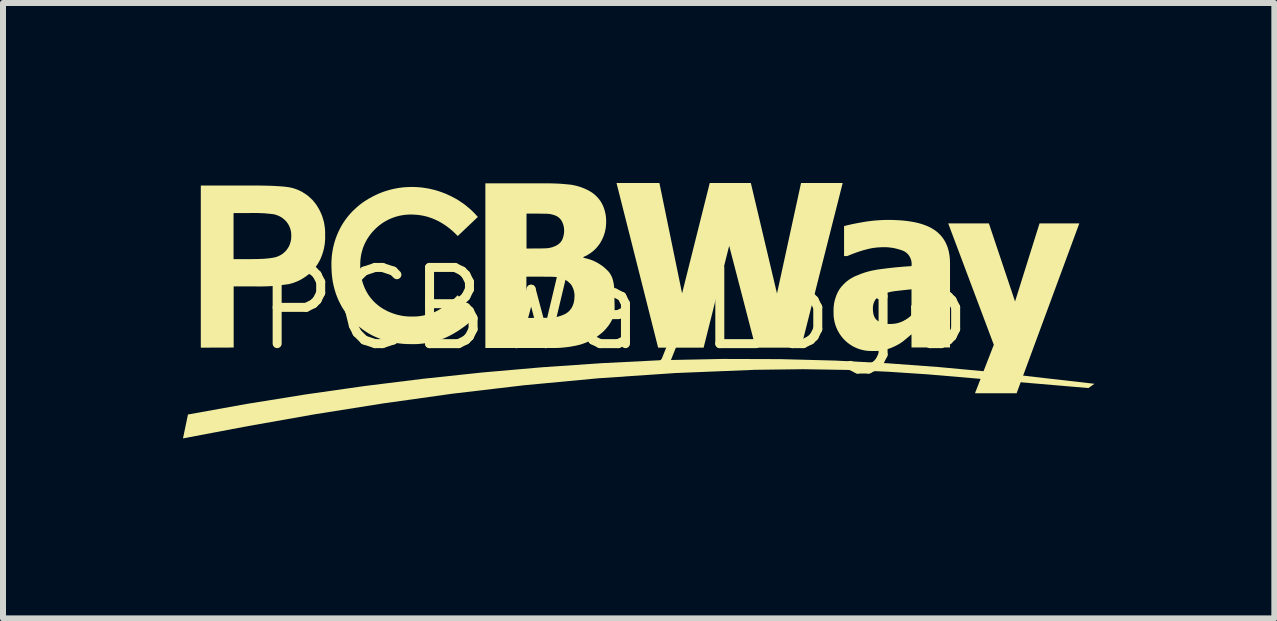
<source format=kicad_pcb>
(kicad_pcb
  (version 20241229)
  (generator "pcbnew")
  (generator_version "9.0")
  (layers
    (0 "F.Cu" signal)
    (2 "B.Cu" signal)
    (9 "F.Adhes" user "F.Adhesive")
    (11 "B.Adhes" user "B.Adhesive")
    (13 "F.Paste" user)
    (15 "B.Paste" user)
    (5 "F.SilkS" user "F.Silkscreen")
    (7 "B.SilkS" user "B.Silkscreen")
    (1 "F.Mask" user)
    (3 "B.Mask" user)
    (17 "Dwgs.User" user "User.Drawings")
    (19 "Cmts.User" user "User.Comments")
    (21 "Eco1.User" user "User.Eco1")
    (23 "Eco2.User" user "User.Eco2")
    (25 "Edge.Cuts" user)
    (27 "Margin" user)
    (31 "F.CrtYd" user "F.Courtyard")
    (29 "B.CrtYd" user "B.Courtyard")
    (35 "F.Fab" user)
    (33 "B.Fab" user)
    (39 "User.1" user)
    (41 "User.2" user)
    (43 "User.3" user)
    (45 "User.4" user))
  (footprint "PCBWayLogo"
    (layer "F.Cu")
    (at 7.194 2.098)
    (property "Reference" "PCBWayLogo" (at 0 0 0) (layer "F.SilkS") (effects (font (size 1.27 1.27) (thickness 0.15))))
    (attr through_hole)
    (fp_poly (pts (xy 6.701 1.407) (xy 6.007 1.407) (xy 6.321 0.599) (xy 5.561 -1.424) (xy 6.239 -1.424) (xy 6.675 -0.123) (xy 7.083 -1.424) (xy 7.746 -1.424)) (stroke (width -0.000001) (type solid)) (fill yes) (layer "F.SilkS"))
    (fp_poly (pts (xy 1.125 -0.258) (xy 1.586 -2.098) (xy 2.271 -2.098) (xy 2.707 -0.256) (xy 3.108 -2.098) (xy 3.802 -2.098) (xy 3.108 0.647) (xy 2.351 0.647) (xy 1.91 -1.051) (xy 1.484 0.647) (xy 0.726 0.647) (xy 0.032 -2.098) (xy 0.747 -2.098)) (stroke (width -0.000001) (type solid)) (fill yes) (layer "F.SilkS"))
    (fp_poly (pts (xy 2.763 0.838) (xy 3.674 0.862) (xy 4.548 0.907) (xy 5.402 0.97) (xy 6.252 1.049) (xy 7.998 1.249) (xy 7.898 1.32) (xy 5.209 1.091) (xy 4.559 1.048) (xy 3.878 1.018) (xy 3.146 1.006) (xy 2.344 1.016) (xy 1.013 1.07) (xy -0.268 1.157) (xy -1.504 1.273) (xy -2.701 1.414) (xy -3.863 1.577) (xy -4.995 1.757) (xy -6.104 1.953) (xy -7.194 2.159) (xy -7.111 1.761) (xy -6.134 1.585) (xy -5.154 1.427) (xy -4.172 1.287) (xy -3.187 1.165) (xy -2.2 1.06) (xy -1.212 0.974) (xy -0.222 0.906) (xy 0.77 0.856) (xy 0.77 0.856) (xy 0.77 0.856) (xy 0.77 0.856) (xy 0.77 0.856) (xy 0.77 0.856) (xy 0.77 0.856) (xy 1.8 0.835)) (stroke (width -0.000001) (type solid)) (fill yes) (layer "F.SilkS"))
    (fp_poly (pts (xy -5.903 -2.055) (xy -5.794 -2.053) (xy -5.697 -2.05) (xy -5.61 -2.045) (xy -5.535 -2.04) (xy -5.47 -2.033) (xy -5.416 -2.025) (xy -5.373 -2.015) (xy -5.344 -2.007) (xy -5.315 -1.997) (xy -5.287 -1.987) (xy -5.26 -1.975) (xy -5.233 -1.962) (xy -5.206 -1.948) (xy -5.181 -1.932) (xy -5.155 -1.916) (xy -5.131 -1.899) (xy -5.108 -1.881) (xy -5.085 -1.861) (xy -5.063 -1.841) (xy -5.041 -1.82) (xy -5.021 -1.798) (xy -5.002 -1.775) (xy -4.983 -1.751) (xy -4.963 -1.722) (xy -4.944 -1.692) (xy -4.927 -1.662) (xy -4.911 -1.631) (xy -4.896 -1.599) (xy -4.882 -1.567) (xy -4.87 -1.534) (xy -4.86 -1.501) (xy -4.85 -1.467) (xy -4.842 -1.434) (xy -4.836 -1.399) (xy -4.831 -1.365) (xy -4.827 -1.33) (xy -4.825 -1.295) (xy -4.824 -1.26) (xy -4.825 -1.225) (xy -4.824 -1.197) (xy -4.824 -1.17) (xy -4.826 -1.143) (xy -4.828 -1.116) (xy -4.83 -1.09) (xy -4.834 -1.063) (xy -4.839 -1.036) (xy -4.844 -1.01) (xy -4.85 -0.983) (xy -4.857 -0.957) (xy -4.865 -0.932) (xy -4.873 -0.906) (xy -4.882 -0.881) (xy -4.893 -0.855) (xy -4.903 -0.831) (xy -4.915 -0.806) (xy -4.926 -0.786) (xy -4.937 -0.767) (xy -4.948 -0.748) (xy -4.96 -0.73) (xy -4.973 -0.712) (xy -4.986 -0.694) (xy -5 -0.677) (xy -5.014 -0.66) (xy -5.029 -0.644) (xy -5.044 -0.628) (xy -5.06 -0.612) (xy -5.076 -0.597) (xy -5.092 -0.582) (xy -5.109 -0.568) (xy -5.127 -0.555) (xy -5.145 -0.541) (xy -5.161 -0.53) (xy -5.177 -0.519) (xy -5.193 -0.509) (xy -5.21 -0.499) (xy -5.227 -0.489) (xy -5.244 -0.48) (xy -5.262 -0.471) (xy -5.279 -0.463) (xy -5.297 -0.455) (xy -5.315 -0.448) (xy -5.334 -0.441) (xy -5.352 -0.434) (xy -5.371 -0.428) (xy -5.389 -0.423) (xy -5.408 -0.418) (xy -5.427 -0.413) (xy -5.498 -0.403) (xy -5.568 -0.394) (xy -5.639 -0.386) (xy -5.709 -0.38) (xy -5.78 -0.376) (xy -5.851 -0.374) (xy -5.922 -0.373) (xy -5.993 -0.374) (xy -6.349 -0.374) (xy -6.349 0.645) (xy -6.897 0.647) (xy -6.897 -1.596) (xy -6.351 -1.596) (xy -6.351 -0.829) (xy -6.053 -0.829) (xy -5.976 -0.83) (xy -5.905 -0.832) (xy -5.841 -0.835) (xy -5.784 -0.84) (xy -5.733 -0.846) (xy -5.689 -0.853) (xy -5.652 -0.861) (xy -5.636 -0.866) (xy -5.621 -0.871) (xy -5.609 -0.876) (xy -5.596 -0.882) (xy -5.584 -0.888) (xy -5.571 -0.894) (xy -5.56 -0.901) (xy -5.548 -0.908) (xy -5.537 -0.916) (xy -5.526 -0.924) (xy -5.515 -0.933) (xy -5.505 -0.942) (xy -5.495 -0.951) (xy -5.485 -0.961) (xy -5.476 -0.971) (xy -5.467 -0.982) (xy -5.459 -0.993) (xy -5.451 -1.004) (xy -5.443 -1.016) (xy -5.436 -1.028) (xy -5.429 -1.04) (xy -5.423 -1.053) (xy -5.417 -1.066) (xy -5.412 -1.079) (xy -5.408 -1.092) (xy -5.404 -1.105) (xy -5.4 -1.119) (xy -5.397 -1.132) (xy -5.394 -1.146) (xy -5.392 -1.16) (xy -5.391 -1.174) (xy -5.39 -1.188) (xy -5.389 -1.202) (xy -5.389 -1.216) (xy -5.389 -1.232) (xy -5.39 -1.249) (xy -5.391 -1.266) (xy -5.393 -1.282) (xy -5.396 -1.298) (xy -5.4 -1.314) (xy -5.404 -1.33) (xy -5.409 -1.346) (xy -5.415 -1.361) (xy -5.422 -1.376) (xy -5.429 -1.391) (xy -5.437 -1.406) (xy -5.446 -1.42) (xy -5.455 -1.433) (xy -5.465 -1.447) (xy -5.476 -1.46) (xy -5.487 -1.471) (xy -5.498 -1.482) (xy -5.51 -1.493) (xy -5.523 -1.503) (xy -5.535 -1.513) (xy -5.548 -1.522) (xy -5.562 -1.53) (xy -5.575 -1.538) (xy -5.589 -1.545) (xy -5.604 -1.552) (xy -5.618 -1.558) (xy -5.633 -1.563) (xy -5.648 -1.568) (xy -5.664 -1.573) (xy -5.679 -1.576) (xy -5.695 -1.579) (xy -5.744 -1.584) (xy -5.793 -1.589) (xy -5.842 -1.593) (xy -5.891 -1.595) (xy -5.94 -1.597) (xy -5.989 -1.598) (xy -6.038 -1.598) (xy -6.088 -1.597) (xy -6.351 -1.596) (xy -6.897 -1.596) (xy -6.897 -2.056) (xy -6.022 -2.056)) (stroke (width -0.000001) (type solid)) (fill yes) (layer "F.SilkS"))
    (fp_poly (pts (xy -3.342 -2.031) (xy -3.303 -2.03) (xy -3.264 -2.027) (xy -3.225 -2.024) (xy -3.187 -2.019) (xy -3.149 -2.013) (xy -3.111 -2.007) (xy -3.073 -1.999) (xy -3.035 -1.99) (xy -2.997 -1.981) (xy -2.96 -1.97) (xy -2.923 -1.958) (xy -2.887 -1.946) (xy -2.85 -1.932) (xy -2.814 -1.918) (xy -2.779 -1.902) (xy -2.743 -1.886) (xy -2.708 -1.868) (xy -2.673 -1.85) (xy -2.639 -1.831) (xy -2.605 -1.811) (xy -2.572 -1.789) (xy -2.54 -1.767) (xy -2.508 -1.745) (xy -2.477 -1.721) (xy -2.447 -1.696) (xy -2.417 -1.671) (xy -2.388 -1.645) (xy -2.36 -1.618) (xy -2.332 -1.59) (xy -2.305 -1.561) (xy -2.279 -1.532) (xy -2.614 -1.214) (xy -2.657 -1.257) (xy -2.701 -1.298) (xy -2.746 -1.336) (xy -2.791 -1.371) (xy -2.837 -1.403) (xy -2.884 -1.432) (xy -2.931 -1.459) (xy -2.979 -1.482) (xy -3.027 -1.503) (xy -3.076 -1.521) (xy -3.126 -1.537) (xy -3.176 -1.549) (xy -3.227 -1.559) (xy -3.279 -1.566) (xy -3.331 -1.57) (xy -3.384 -1.572) (xy -3.427 -1.572) (xy -3.469 -1.569) (xy -3.511 -1.565) (xy -3.553 -1.558) (xy -3.594 -1.55) (xy -3.634 -1.539) (xy -3.674 -1.527) (xy -3.713 -1.512) (xy -3.752 -1.496) (xy -3.789 -1.477) (xy -3.826 -1.457) (xy -3.862 -1.435) (xy -3.896 -1.411) (xy -3.93 -1.385) (xy -3.962 -1.357) (xy -3.993 -1.328) (xy -4.022 -1.298) (xy -4.05 -1.266) (xy -4.076 -1.233) (xy -4.1 -1.199) (xy -4.123 -1.164) (xy -4.143 -1.128) (xy -4.162 -1.091) (xy -4.179 -1.053) (xy -4.194 -1.014) (xy -4.206 -0.974) (xy -4.217 -0.934) (xy -4.226 -0.893) (xy -4.232 -0.852) (xy -4.237 -0.81) (xy -4.239 -0.768) (xy -4.239 -0.726) (xy -4.24 -0.697) (xy -4.239 -0.668) (xy -4.237 -0.64) (xy -4.235 -0.611) (xy -4.231 -0.582) (xy -4.227 -0.554) (xy -4.221 -0.526) (xy -4.215 -0.498) (xy -4.208 -0.47) (xy -4.2 -0.442) (xy -4.191 -0.415) (xy -4.181 -0.388) (xy -4.171 -0.361) (xy -4.159 -0.335) (xy -4.147 -0.309) (xy -4.133 -0.283) (xy -4.119 -0.259) (xy -4.105 -0.236) (xy -4.089 -0.213) (xy -4.073 -0.191) (xy -4.055 -0.17) (xy -4.038 -0.149) (xy -4.019 -0.129) (xy -4 -0.109) (xy -3.98 -0.091) (xy -3.959 -0.073) (xy -3.938 -0.055) (xy -3.916 -0.039) (xy -3.893 -0.023) (xy -3.87 -0.008) (xy -3.847 0.006) (xy -3.822 0.019) (xy -3.797 0.033) (xy -3.771 0.045) (xy -3.744 0.057) (xy -3.718 0.067) (xy -3.691 0.077) (xy -3.663 0.086) (xy -3.636 0.095) (xy -3.608 0.102) (xy -3.58 0.108) (xy -3.552 0.114) (xy -3.524 0.119) (xy -3.495 0.122) (xy -3.467 0.125) (xy -3.438 0.127) (xy -3.409 0.128) (xy -3.38 0.128) (xy -3.356 0.128) (xy -3.331 0.128) (xy -3.306 0.127) (xy -3.282 0.125) (xy -3.257 0.122) (xy -3.233 0.119) (xy -3.209 0.115) (xy -3.185 0.111) (xy -3.161 0.105) (xy -3.137 0.1) (xy -3.113 0.093) (xy -3.089 0.086) (xy -3.066 0.079) (xy -3.043 0.071) (xy -3.02 0.062) (xy -2.997 0.052) (xy -2.97 0.039) (xy -2.944 0.025) (xy -2.918 0.01) (xy -2.893 -0.005) (xy -2.868 -0.021) (xy -2.843 -0.037) (xy -2.819 -0.053) (xy -2.795 -0.071) (xy -2.771 -0.088) (xy -2.748 -0.107) (xy -2.725 -0.125) (xy -2.702 -0.145) (xy -2.68 -0.164) (xy -2.658 -0.184) (xy -2.637 -0.205) (xy -2.616 -0.226) (xy -2.295 0.109) (xy -2.323 0.138) (xy -2.352 0.166) (xy -2.382 0.194) (xy -2.412 0.22) (xy -2.443 0.246) (xy -2.475 0.272) (xy -2.507 0.296) (xy -2.54 0.32) (xy -2.573 0.343) (xy -2.607 0.366) (xy -2.641 0.387) (xy -2.676 0.408) (xy -2.711 0.428) (xy -2.747 0.447) (xy -2.783 0.465) (xy -2.82 0.482) (xy -2.854 0.496) (xy -2.888 0.508) (xy -2.923 0.519) (xy -2.957 0.53) (xy -2.992 0.54) (xy -3.027 0.549) (xy -3.063 0.557) (xy -3.098 0.564) (xy -3.134 0.57) (xy -3.17 0.575) (xy -3.206 0.58) (xy -3.242 0.583) (xy -3.278 0.586) (xy -3.314 0.588) (xy -3.35 0.588) (xy -3.387 0.588) (xy -3.459 0.587) (xy -3.529 0.583) (xy -3.598 0.575) (xy -3.665 0.565) (xy -3.73 0.552) (xy -3.794 0.537) (xy -3.857 0.518) (xy -3.917 0.496) (xy -3.976 0.472) (xy -4.034 0.445) (xy -4.09 0.415) (xy -4.144 0.382) (xy -4.196 0.346) (xy -4.247 0.307) (xy -4.297 0.266) (xy -4.345 0.221) (xy -4.39 0.174) (xy -4.433 0.126) (xy -4.472 0.076) (xy -4.509 0.024) (xy -4.543 -0.029) (xy -4.573 -0.085) (xy -4.601 -0.141) (xy -4.626 -0.2) (xy -4.648 -0.26) (xy -4.667 -0.322) (xy -4.683 -0.385) (xy -4.697 -0.451) (xy -4.707 -0.518) (xy -4.714 -0.586) (xy -4.718 -0.656) (xy -4.72 -0.728) (xy -4.72 -0.772) (xy -4.718 -0.815) (xy -4.715 -0.858) (xy -4.711 -0.901) (xy -4.705 -0.944) (xy -4.698 -0.986) (xy -4.689 -1.029) (xy -4.679 -1.071) (xy -4.668 -1.112) (xy -4.655 -1.153) (xy -4.641 -1.194) (xy -4.625 -1.234) (xy -4.608 -1.274) (xy -4.59 -1.313) (xy -4.57 -1.352) (xy -4.549 -1.39) (xy -4.527 -1.426) (xy -4.503 -1.462) (xy -4.478 -1.497) (xy -4.452 -1.531) (xy -4.425 -1.564) (xy -4.397 -1.596) (xy -4.368 -1.627) (xy -4.337 -1.656) (xy -4.306 -1.685) (xy -4.274 -1.713) (xy -4.241 -1.74) (xy -4.207 -1.766) (xy -4.172 -1.79) (xy -4.136 -1.813) (xy -4.099 -1.836) (xy -4.061 -1.856) (xy -4.022 -1.878) (xy -3.982 -1.897) (xy -3.942 -1.916) (xy -3.901 -1.933) (xy -3.859 -1.949) (xy -3.817 -1.963) (xy -3.775 -1.976) (xy -3.732 -1.988) (xy -3.689 -1.998) (xy -3.646 -2.007) (xy -3.602 -2.015) (xy -3.558 -2.021) (xy -3.514 -2.026) (xy -3.47 -2.029) (xy -3.425 -2.031) (xy -3.38 -2.032)) (stroke (width -0.000001) (type solid)) (fill yes) (layer "F.SilkS"))
    (fp_poly (pts (xy 4.632 -1.482) (xy 4.696 -1.479) (xy 4.757 -1.476) (xy 4.816 -1.471) (xy 4.873 -1.465) (xy 4.927 -1.457) (xy 4.979 -1.448) (xy 5.029 -1.438) (xy 5.077 -1.426) (xy 5.122 -1.413) (xy 5.165 -1.398) (xy 5.206 -1.382) (xy 5.244 -1.365) (xy 5.28 -1.346) (xy 5.314 -1.326) (xy 5.346 -1.305) (xy 5.376 -1.282) (xy 5.403 -1.257) (xy 5.429 -1.231) (xy 5.453 -1.204) (xy 5.475 -1.175) (xy 5.495 -1.145) (xy 5.513 -1.113) (xy 5.529 -1.08) (xy 5.544 -1.045) (xy 5.556 -1.009) (xy 5.567 -0.971) (xy 5.575 -0.932) (xy 5.582 -0.892) (xy 5.587 -0.85) (xy 5.59 -0.806) (xy 5.591 -0.761) (xy 5.591 0.644) (xy 4.949 0.644) (xy 4.949 0.425) (xy 4.947 0.426) (xy 4.884 0.479) (xy 4.827 0.526) (xy 4.811 0.539) (xy 4.794 0.552) (xy 4.777 0.563) (xy 4.76 0.575) (xy 4.742 0.586) (xy 4.724 0.596) (xy 4.705 0.606) (xy 4.687 0.615) (xy 4.664 0.627) (xy 4.64 0.637) (xy 4.616 0.648) (xy 4.592 0.657) (xy 4.568 0.665) (xy 4.543 0.673) (xy 4.518 0.68) (xy 4.493 0.686) (xy 4.468 0.691) (xy 4.443 0.695) (xy 4.417 0.698) (xy 4.392 0.701) (xy 4.366 0.702) (xy 4.34 0.703) (xy 4.314 0.703) (xy 4.288 0.702) (xy 4.256 0.702) (xy 4.224 0.7) (xy 4.193 0.697) (xy 4.162 0.692) (xy 4.131 0.685) (xy 4.1 0.677) (xy 4.07 0.668) (xy 4.041 0.657) (xy 4.012 0.644) (xy 3.984 0.631) (xy 3.956 0.615) (xy 3.93 0.598) (xy 3.904 0.58) (xy 3.879 0.561) (xy 3.855 0.54) (xy 3.832 0.517) (xy 3.809 0.494) (xy 3.789 0.469) (xy 3.769 0.443) (xy 3.751 0.417) (xy 3.735 0.39) (xy 3.719 0.362) (xy 3.706 0.333) (xy 3.693 0.304) (xy 3.682 0.274) (xy 3.673 0.243) (xy 3.665 0.212) (xy 3.659 0.181) (xy 3.654 0.149) (xy 3.651 0.117) (xy 3.65 0.085) (xy 3.65 0.053) (xy 3.649 0.028) (xy 3.65 0.004) (xy 3.65 -0.012) (xy 4.305 -0.012) (xy 4.306 -0.002) (xy 4.306 0.016) (xy 4.307 0.033) (xy 4.308 0.05) (xy 4.311 0.065) (xy 4.313 0.08) (xy 4.317 0.095) (xy 4.321 0.108) (xy 4.325 0.121) (xy 4.331 0.133) (xy 4.337 0.145) (xy 4.343 0.155) (xy 4.35 0.165) (xy 4.358 0.175) (xy 4.366 0.183) (xy 4.375 0.191) (xy 4.385 0.198) (xy 4.398 0.206) (xy 4.411 0.212) (xy 4.425 0.219) (xy 4.439 0.224) (xy 4.453 0.23) (xy 4.467 0.234) (xy 4.481 0.238) (xy 4.496 0.242) (xy 4.511 0.245) (xy 4.525 0.248) (xy 4.54 0.25) (xy 4.555 0.251) (xy 4.57 0.252) (xy 4.585 0.252) (xy 4.6 0.252) (xy 4.615 0.251) (xy 4.626 0.251) (xy 4.638 0.25) (xy 4.649 0.249) (xy 4.66 0.248) (xy 4.671 0.247) (xy 4.682 0.245) (xy 4.693 0.243) (xy 4.704 0.241) (xy 4.715 0.238) (xy 4.726 0.235) (xy 4.736 0.232) (xy 4.747 0.229) (xy 4.758 0.225) (xy 4.768 0.221) (xy 4.779 0.217) (xy 4.789 0.213) (xy 4.8 0.208) (xy 4.811 0.203) (xy 4.821 0.197) (xy 4.832 0.191) (xy 4.842 0.186) (xy 4.853 0.18) (xy 4.863 0.173) (xy 4.873 0.167) (xy 4.883 0.16) (xy 4.893 0.153) (xy 4.902 0.146) (xy 4.912 0.138) (xy 4.921 0.131) (xy 4.93 0.123) (xy 4.939 0.115) (xy 4.948 0.107) (xy 4.949 0.107) (xy 4.949 -0.326) (xy 4.8 -0.31) (xy 4.684 -0.297) (xy 4.659 -0.294) (xy 4.633 -0.289) (xy 4.608 -0.285) (xy 4.583 -0.279) (xy 4.558 -0.273) (xy 4.533 -0.266) (xy 4.509 -0.258) (xy 4.485 -0.25) (xy 4.475 -0.247) (xy 4.465 -0.243) (xy 4.456 -0.239) (xy 4.447 -0.235) (xy 4.438 -0.23) (xy 4.429 -0.225) (xy 4.421 -0.22) (xy 4.412 -0.215) (xy 4.404 -0.209) (xy 4.396 -0.203) (xy 4.388 -0.197) (xy 4.381 -0.19) (xy 4.373 -0.183) (xy 4.366 -0.176) (xy 4.359 -0.168) (xy 4.353 -0.16) (xy 4.347 -0.152) (xy 4.341 -0.143) (xy 4.336 -0.134) (xy 4.331 -0.124) (xy 4.327 -0.115) (xy 4.323 -0.105) (xy 4.319 -0.095) (xy 4.316 -0.085) (xy 4.313 -0.075) (xy 4.311 -0.065) (xy 4.309 -0.054) (xy 4.307 -0.044) (xy 4.306 -0.033) (xy 4.306 -0.023) (xy 4.305 -0.012) (xy 3.65 -0.012) (xy 3.651 -0.02) (xy 3.653 -0.044) (xy 3.656 -0.068) (xy 3.659 -0.092) (xy 3.664 -0.116) (xy 3.669 -0.139) (xy 3.676 -0.162) (xy 3.683 -0.185) (xy 3.691 -0.208) (xy 3.699 -0.231) (xy 3.709 -0.253) (xy 3.719 -0.275) (xy 3.731 -0.296) (xy 3.743 -0.318) (xy 3.755 -0.336) (xy 3.768 -0.353) (xy 3.782 -0.371) (xy 3.797 -0.387) (xy 3.811 -0.403) (xy 3.827 -0.419) (xy 3.843 -0.434) (xy 3.859 -0.449) (xy 3.876 -0.463) (xy 3.894 -0.476) (xy 3.911 -0.489) (xy 3.93 -0.501) (xy 3.949 -0.512) (xy 3.968 -0.523) (xy 3.987 -0.533) (xy 4.007 -0.543) (xy 4.057 -0.564) (xy 4.108 -0.584) (xy 4.16 -0.602) (xy 4.212 -0.618) (xy 4.265 -0.632) (xy 4.318 -0.643) (xy 4.372 -0.653) (xy 4.426 -0.661) (xy 4.55 -0.677) (xy 4.679 -0.691) (xy 4.812 -0.703) (xy 4.95 -0.713) (xy 4.95 -0.725) (xy 4.951 -0.734) (xy 4.951 -0.743) (xy 4.951 -0.752) (xy 4.951 -0.761) (xy 4.95 -0.77) (xy 4.949 -0.779) (xy 4.948 -0.787) (xy 4.946 -0.796) (xy 4.945 -0.805) (xy 4.942 -0.813) (xy 4.94 -0.822) (xy 4.937 -0.83) (xy 4.934 -0.838) (xy 4.93 -0.846) (xy 4.927 -0.854) (xy 4.923 -0.862) (xy 4.918 -0.87) (xy 4.914 -0.877) (xy 4.909 -0.885) (xy 4.904 -0.892) (xy 4.899 -0.899) (xy 4.893 -0.906) (xy 4.887 -0.912) (xy 4.881 -0.919) (xy 4.875 -0.925) (xy 4.868 -0.931) (xy 4.861 -0.937) (xy 4.854 -0.942) (xy 4.847 -0.947) (xy 4.839 -0.952) (xy 4.832 -0.957) (xy 4.824 -0.962) (xy 4.801 -0.971) (xy 4.778 -0.979) (xy 4.755 -0.987) (xy 4.732 -0.994) (xy 4.709 -1) (xy 4.685 -1.006) (xy 4.662 -1.011) (xy 4.638 -1.016) (xy 4.614 -1.019) (xy 4.59 -1.022) (xy 4.566 -1.025) (xy 4.542 -1.027) (xy 4.518 -1.028) (xy 4.493 -1.028) (xy 4.469 -1.028) (xy 4.445 -1.027) (xy 4.411 -1.025) (xy 4.377 -1.023) (xy 4.343 -1.019) (xy 4.31 -1.015) (xy 4.276 -1.009) (xy 4.243 -1.002) (xy 4.21 -0.994) (xy 4.177 -0.985) (xy 4.139 -0.975) (xy 4.101 -0.963) (xy 4.063 -0.951) (xy 4.026 -0.938) (xy 3.988 -0.924) (xy 3.951 -0.91) (xy 3.915 -0.895) (xy 3.878 -0.88) (xy 3.825 -0.88) (xy 3.825 -1.379) (xy 3.851 -1.386) (xy 3.881 -1.394) (xy 3.914 -1.401) (xy 3.951 -1.41) (xy 4.035 -1.427) (xy 4.135 -1.445) (xy 4.188 -1.454) (xy 4.242 -1.461) (xy 4.296 -1.468) (xy 4.35 -1.473) (xy 4.404 -1.477) (xy 4.458 -1.48) (xy 4.512 -1.482) (xy 4.567 -1.482)) (stroke (width -0.000001) (type solid)) (fill yes) (layer "F.SilkS"))
    (fp_poly (pts (xy -1.07 -2.092) (xy -1.012 -2.09) (xy -0.955 -2.088) (xy -0.898 -2.085) (xy -0.84 -2.08) (xy -0.783 -2.075) (xy -0.726 -2.069) (xy -0.707 -2.066) (xy -0.688 -2.062) (xy -0.669 -2.058) (xy -0.65 -2.054) (xy -0.631 -2.049) (xy -0.613 -2.044) (xy -0.594 -2.039) (xy -0.576 -2.033) (xy -0.558 -2.027) (xy -0.54 -2.02) (xy -0.522 -2.013) (xy -0.504 -2.006) (xy -0.486 -1.998) (xy -0.469 -1.99) (xy -0.451 -1.981) (xy -0.434 -1.972) (xy -0.417 -1.963) (xy -0.4 -1.953) (xy -0.384 -1.943) (xy -0.368 -1.932) (xy -0.352 -1.92) (xy -0.337 -1.908) (xy -0.323 -1.896) (xy -0.309 -1.882) (xy -0.295 -1.869) (xy -0.282 -1.855) (xy -0.269 -1.84) (xy -0.257 -1.825) (xy -0.245 -1.81) (xy -0.234 -1.794) (xy -0.224 -1.777) (xy -0.214 -1.761) (xy -0.205 -1.743) (xy -0.196 -1.725) (xy -0.188 -1.707) (xy -0.181 -1.688) (xy -0.174 -1.669) (xy -0.168 -1.65) (xy -0.163 -1.631) (xy -0.158 -1.612) (xy -0.154 -1.593) (xy -0.15 -1.573) (xy -0.147 -1.554) (xy -0.144 -1.534) (xy -0.143 -1.514) (xy -0.141 -1.494) (xy -0.141 -1.474) (xy -0.141 -1.454) (xy -0.141 -1.431) (xy -0.142 -1.407) (xy -0.144 -1.383) (xy -0.146 -1.36) (xy -0.15 -1.337) (xy -0.154 -1.314) (xy -0.159 -1.291) (xy -0.165 -1.268) (xy -0.172 -1.246) (xy -0.179 -1.223) (xy -0.188 -1.201) (xy -0.197 -1.18) (xy -0.207 -1.158) (xy -0.218 -1.137) (xy -0.229 -1.117) (xy -0.241 -1.097) (xy -0.254 -1.077) (xy -0.268 -1.059) (xy -0.282 -1.041) (xy -0.297 -1.023) (xy -0.312 -1.006) (xy -0.328 -0.99) (xy -0.345 -0.974) (xy -0.362 -0.96) (xy -0.38 -0.945) (xy -0.398 -0.932) (xy -0.417 -0.919) (xy -0.437 -0.907) (xy -0.456 -0.895) (xy -0.477 -0.884) (xy -0.498 -0.874) (xy -0.519 -0.865) (xy -0.519 -0.851) (xy -0.49 -0.845) (xy -0.461 -0.838) (xy -0.433 -0.83) (xy -0.405 -0.821) (xy -0.377 -0.811) (xy -0.35 -0.8) (xy -0.324 -0.787) (xy -0.298 -0.774) (xy -0.272 -0.76) (xy -0.247 -0.744) (xy -0.223 -0.728) (xy -0.199 -0.711) (xy -0.176 -0.693) (xy -0.154 -0.673) (xy -0.132 -0.653) (xy -0.111 -0.632) (xy -0.102 -0.622) (xy -0.093 -0.611) (xy -0.085 -0.601) (xy -0.077 -0.59) (xy -0.07 -0.579) (xy -0.064 -0.567) (xy -0.051 -0.544) (xy -0.041 -0.52) (xy -0.032 -0.495) (xy -0.025 -0.469) (xy -0.019 -0.442) (xy -0.014 -0.414) (xy -0.01 -0.386) (xy -0.007 -0.356) (xy -0.005 -0.326) (xy -0.004 -0.295) (xy -0.003 -0.262) (xy -0.003 -0.194) (xy -0.003 -0.196) (xy -0.002 -0.146) (xy -0.001 -0.096) (xy 0.000347 -0.047) (xy 0 0) (xy -0.001 0.023) (xy -0.003 0.045) (xy -0.005 0.068) (xy -0.009 0.089) (xy -0.014 0.11) (xy -0.02 0.131) (xy -0.027 0.151) (xy -0.036 0.17) (xy -0.046 0.189) (xy -0.056 0.207) (xy -0.066 0.225) (xy -0.077 0.243) (xy -0.088 0.26) (xy -0.1 0.277) (xy -0.113 0.294) (xy -0.126 0.31) (xy -0.139 0.326) (xy -0.153 0.342) (xy -0.167 0.357) (xy -0.181 0.372) (xy -0.196 0.386) (xy -0.212 0.4) (xy -0.228 0.413) (xy -0.244 0.426) (xy -0.263 0.441) (xy -0.283 0.455) (xy -0.302 0.469) (xy -0.323 0.482) (xy -0.343 0.495) (xy -0.364 0.507) (xy -0.385 0.519) (xy -0.406 0.53) (xy -0.427 0.54) (xy -0.449 0.55) (xy -0.471 0.56) (xy -0.494 0.569) (xy -0.516 0.577) (xy -0.539 0.585) (xy -0.562 0.593) (xy -0.585 0.599) (xy -0.643 0.613) (xy -0.701 0.624) (xy -0.76 0.634) (xy -0.818 0.641) (xy -0.877 0.647) (xy -0.937 0.651) (xy -0.996 0.653) (xy -1.055 0.652) (xy -2.154 0.652) (xy -2.154 0.151) (xy -1.47 0.151) (xy -1.433 0.151) (xy -1.206 0.15) (xy -1.123 0.149) (xy -1.062 0.147) (xy -1.048 0.146) (xy -1.035 0.145) (xy -1.021 0.144) (xy -1.008 0.142) (xy -0.994 0.14) (xy -0.981 0.138) (xy -0.967 0.135) (xy -0.954 0.132) (xy -0.941 0.129) (xy -0.928 0.125) (xy -0.915 0.121) (xy -0.902 0.117) (xy -0.889 0.113) (xy -0.876 0.108) (xy -0.863 0.103) (xy -0.851 0.097) (xy -0.84 0.093) (xy -0.829 0.088) (xy -0.819 0.082) (xy -0.809 0.077) (xy -0.799 0.07) (xy -0.79 0.064) (xy -0.781 0.057) (xy -0.772 0.049) (xy -0.763 0.042) (xy -0.755 0.034) (xy -0.747 0.025) (xy -0.74 0.016) (xy -0.733 0.007) (xy -0.726 -0.002) (xy -0.719 -0.012) (xy -0.713 -0.022) (xy -0.708 -0.032) (xy -0.703 -0.043) (xy -0.698 -0.053) (xy -0.694 -0.064) (xy -0.69 -0.075) (xy -0.686 -0.085) (xy -0.683 -0.097) (xy -0.68 -0.108) (xy -0.678 -0.119) (xy -0.676 -0.13) (xy -0.674 -0.142) (xy -0.672 -0.153) (xy -0.671 -0.164) (xy -0.67 -0.176) (xy -0.67 -0.188) (xy -0.67 -0.199) (xy -0.668 -0.2) (xy -0.668 -0.213) (xy -0.668 -0.226) (xy -0.669 -0.239) (xy -0.67 -0.252) (xy -0.671 -0.265) (xy -0.674 -0.278) (xy -0.676 -0.291) (xy -0.679 -0.303) (xy -0.683 -0.316) (xy -0.687 -0.328) (xy -0.691 -0.34) (xy -0.697 -0.352) (xy -0.702 -0.364) (xy -0.708 -0.376) (xy -0.714 -0.387) (xy -0.721 -0.399) (xy -0.729 -0.408) (xy -0.737 -0.417) (xy -0.745 -0.426) (xy -0.754 -0.434) (xy -0.763 -0.442) (xy -0.772 -0.45) (xy -0.781 -0.458) (xy -0.791 -0.465) (xy -0.801 -0.471) (xy -0.811 -0.478) (xy -0.821 -0.484) (xy -0.832 -0.489) (xy -0.843 -0.494) (xy -0.854 -0.499) (xy -0.865 -0.504) (xy -0.876 -0.508) (xy -0.897 -0.514) (xy -0.919 -0.52) (xy -0.94 -0.524) (xy -0.962 -0.528) (xy -0.983 -0.531) (xy -1.005 -0.533) (xy -1.027 -0.534) (xy -1.049 -0.535) (xy -1.343 -0.537) (xy -1.47 -0.537) (xy -1.47 0.151) (xy -2.154 0.151) (xy -2.154 -1.006) (xy -1.468 -1.006) (xy -1.381 -1.006) (xy -1.231 -1.007) (xy -1.175 -1.008) (xy -1.152 -1.009) (xy -1.133 -1.01) (xy -1.124 -1.011) (xy -1.114 -1.012) (xy -1.105 -1.013) (xy -1.095 -1.014) (xy -1.086 -1.016) (xy -1.076 -1.018) (xy -1.067 -1.02) (xy -1.058 -1.022) (xy -1.049 -1.025) (xy -1.04 -1.027) (xy -1.031 -1.03) (xy -1.022 -1.034) (xy -1.013 -1.037) (xy -1.004 -1.041) (xy -0.995 -1.044) (xy -0.987 -1.048) (xy -0.977 -1.052) (xy -0.968 -1.057) (xy -0.96 -1.062) (xy -0.951 -1.067) (xy -0.943 -1.072) (xy -0.935 -1.078) (xy -0.927 -1.084) (xy -0.92 -1.091) (xy -0.913 -1.098) (xy -0.906 -1.105) (xy -0.899 -1.112) (xy -0.893 -1.12) (xy -0.887 -1.128) (xy -0.882 -1.137) (xy -0.877 -1.145) (xy -0.872 -1.154) (xy -0.868 -1.164) (xy -0.865 -1.173) (xy -0.861 -1.183) (xy -0.858 -1.193) (xy -0.855 -1.202) (xy -0.853 -1.212) (xy -0.85 -1.222) (xy -0.848 -1.232) (xy -0.846 -1.242) (xy -0.845 -1.252) (xy -0.843 -1.262) (xy -0.842 -1.272) (xy -0.842 -1.282) (xy -0.841 -1.293) (xy -0.841 -1.303) (xy -0.841 -1.313) (xy -0.842 -1.315) (xy -0.842 -1.324) (xy -0.842 -1.333) (xy -0.843 -1.342) (xy -0.844 -1.351) (xy -0.845 -1.359) (xy -0.847 -1.368) (xy -0.849 -1.377) (xy -0.851 -1.385) (xy -0.853 -1.394) (xy -0.855 -1.402) (xy -0.858 -1.411) (xy -0.861 -1.419) (xy -0.864 -1.427) (xy -0.868 -1.436) (xy -0.871 -1.444) (xy -0.875 -1.452) (xy -0.88 -1.46) (xy -0.884 -1.468) (xy -0.889 -1.476) (xy -0.894 -1.484) (xy -0.9 -1.491) (xy -0.906 -1.498) (xy -0.912 -1.505) (xy -0.919 -1.512) (xy -0.926 -1.518) (xy -0.933 -1.524) (xy -0.94 -1.53) (xy -0.948 -1.535) (xy -0.956 -1.54) (xy -0.964 -1.545) (xy -0.973 -1.549) (xy -0.981 -1.553) (xy -0.991 -1.557) (xy -1.001 -1.56) (xy -1.01 -1.564) (xy -1.02 -1.567) (xy -1.03 -1.57) (xy -1.04 -1.572) (xy -1.05 -1.575) (xy -1.06 -1.577) (xy -1.07 -1.579) (xy -1.081 -1.581) (xy -1.091 -1.582) (xy -1.101 -1.583) (xy -1.112 -1.584) (xy -1.122 -1.585) (xy -1.132 -1.585) (xy -1.143 -1.586) (xy -1.195 -1.586) (xy -1.258 -1.587) (xy -1.333 -1.588) (xy -1.42 -1.588) (xy -1.468 -1.588) (xy -1.468 -1.006) (xy -2.154 -1.006) (xy -2.154 -2.092) (xy -1.184 -2.092) (xy -1.127 -2.092)) (stroke (width -0.000001) (type solid)) (fill yes) (layer "F.SilkS")))
  (gr_rect
    (start -3 -3)
    (end 18.191 7.257)
    (stroke (width 0.1) (type default))
    (fill no)
    (layer "Edge.Cuts")))
</source>
